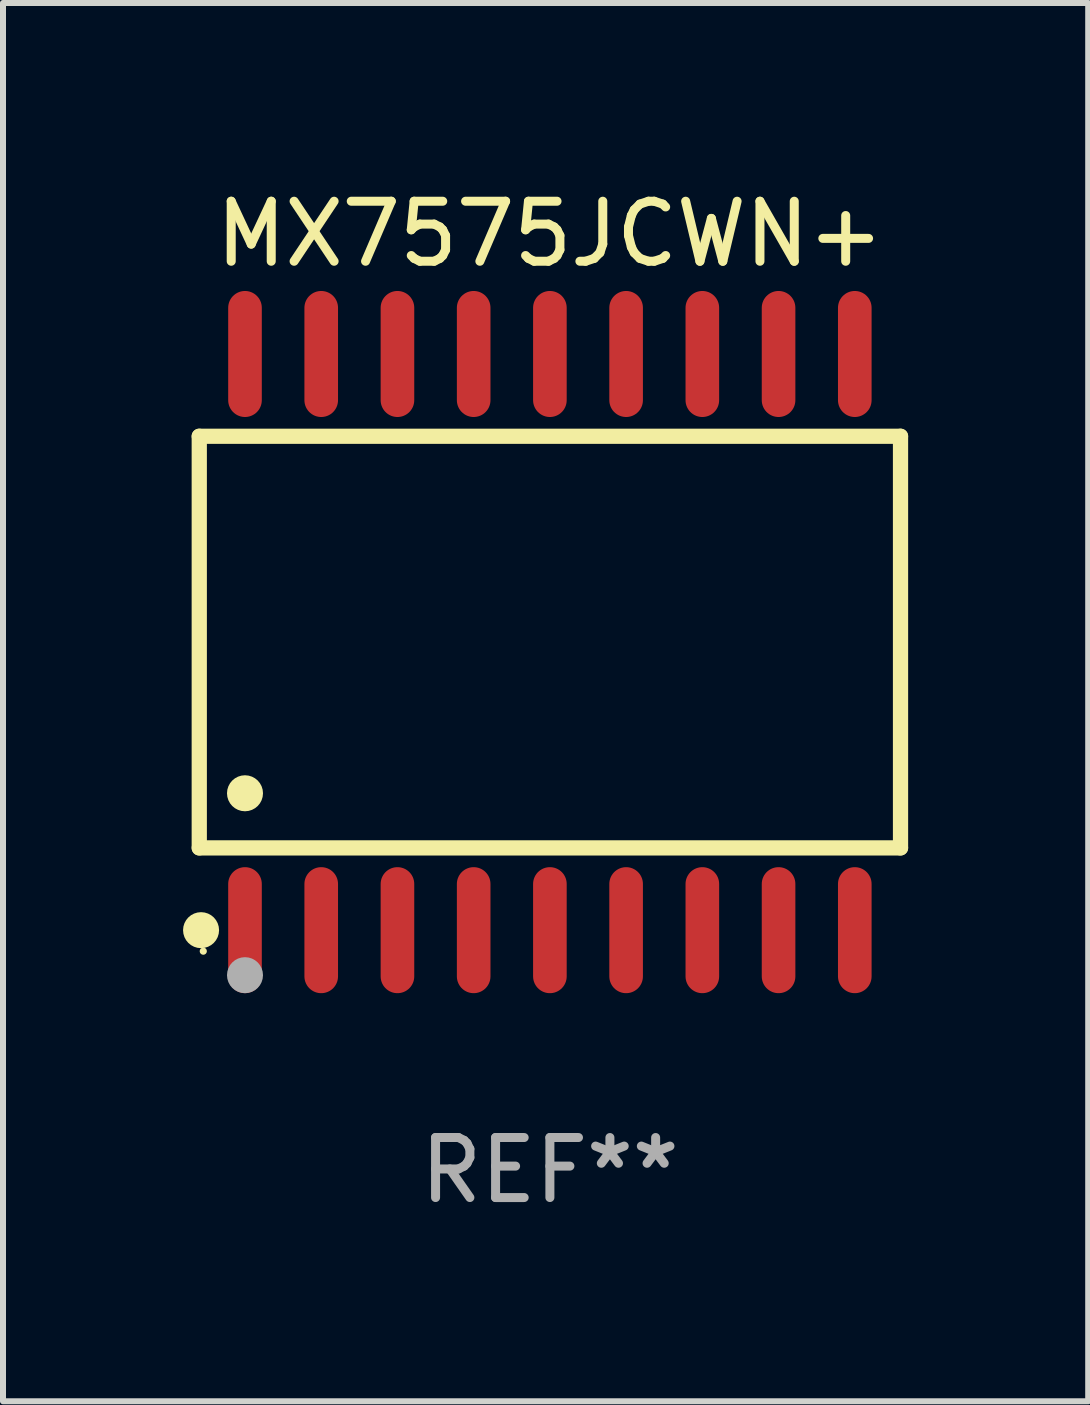
<source format=kicad_pcb>
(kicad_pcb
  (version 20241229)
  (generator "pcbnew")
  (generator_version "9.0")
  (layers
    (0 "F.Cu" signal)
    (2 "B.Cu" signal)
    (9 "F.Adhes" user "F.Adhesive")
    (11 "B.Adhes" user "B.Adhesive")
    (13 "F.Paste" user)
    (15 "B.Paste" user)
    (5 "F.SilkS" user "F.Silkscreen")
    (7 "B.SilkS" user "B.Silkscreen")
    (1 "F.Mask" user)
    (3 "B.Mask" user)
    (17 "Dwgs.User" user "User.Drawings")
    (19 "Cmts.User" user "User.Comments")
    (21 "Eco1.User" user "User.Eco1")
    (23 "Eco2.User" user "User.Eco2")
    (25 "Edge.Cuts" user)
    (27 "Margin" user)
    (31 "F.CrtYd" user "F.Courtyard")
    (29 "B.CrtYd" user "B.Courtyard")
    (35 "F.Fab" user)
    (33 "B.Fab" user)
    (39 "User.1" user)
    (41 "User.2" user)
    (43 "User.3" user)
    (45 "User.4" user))
  (footprint "MX7575JCWN+"
    (layer "F.Cu")
    (at 6.112 7.648)
    (property "Reference" "MX7575JCWN+" (at 0 -6.8 0) (layer "F.SilkS") (effects (font (size 1 1) (thickness 0.15))))
    (attr through_hole)
    (fp_line (start -5.842 -3.429) (end -5.842 3.429) (stroke (width 0.254) (type solid)) (layer "F.SilkS"))
    (fp_line (start -5.842 3.429) (end 5.842 3.429) (stroke (width 0.254) (type solid)) (layer "F.SilkS"))
    (fp_line (start 5.842 -3.429) (end -5.842 -3.429) (stroke (width 0.254) (type solid)) (layer "F.SilkS"))
    (fp_line (start 5.842 3.429) (end 5.842 -3.429) (stroke (width 0.254) (type solid)) (layer "F.SilkS"))
    (fp_circle (center -5.812 4.8) (end -5.662 4.8) (stroke (width 0.3) (type solid)) (fill no) (layer "F.SilkS"))
    (fp_circle (center -5.775 5.15) (end -5.745 5.15) (stroke (width 0.06) (type solid)) (fill no) (layer "F.SilkS"))
    (fp_circle (center -5.08 2.519) (end -4.93 2.519) (stroke (width 0.3) (type solid)) (fill no) (layer "F.SilkS"))
    (fp_circle (center -5.08 5.55) (end -4.93 5.55) (stroke (width 0.3) (type solid)) (fill no) (layer "F.Fab"))
    (fp_text user "REF**" (at 0 8.8 0) (layer "F.Fab") (effects (font (size 1 1) (thickness 0.15))))
    (pad "1" smd oval (at -5.08 4.8) (size 0.56 2.1) (layers "F.Cu" "F.Mask" "F.Paste"))
    (pad "2" smd oval (at -3.81 4.8) (size 0.56 2.1) (layers "F.Cu" "F.Mask" "F.Paste"))
    (pad "3" smd oval (at -2.54 4.8) (size 0.56 2.1) (layers "F.Cu" "F.Mask" "F.Paste"))
    (pad "4" smd oval (at -1.27 4.8) (size 0.56 2.1) (layers "F.Cu" "F.Mask" "F.Paste"))
    (pad "5" smd oval (at 0 4.8) (size 0.56 2.1) (layers "F.Cu" "F.Mask" "F.Paste"))
    (pad "6" smd oval (at 1.27 4.8) (size 0.56 2.1) (layers "F.Cu" "F.Mask" "F.Paste"))
    (pad "7" smd oval (at 2.54 4.8) (size 0.56 2.1) (layers "F.Cu" "F.Mask" "F.Paste"))
    (pad "8" smd oval (at 3.81 4.8) (size 0.56 2.1) (layers "F.Cu" "F.Mask" "F.Paste"))
    (pad "9" smd oval (at 5.08 4.8) (size 0.56 2.1) (layers "F.Cu" "F.Mask" "F.Paste"))
    (pad "10" smd oval (at 5.08 -4.8) (size 0.56 2.1) (layers "F.Cu" "F.Mask" "F.Paste"))
    (pad "11" smd oval (at 3.81 -4.8) (size 0.56 2.1) (layers "F.Cu" "F.Mask" "F.Paste"))
    (pad "12" smd oval (at 2.54 -4.8) (size 0.56 2.1) (layers "F.Cu" "F.Mask" "F.Paste"))
    (pad "13" smd oval (at 1.27 -4.8) (size 0.56 2.1) (layers "F.Cu" "F.Mask" "F.Paste"))
    (pad "14" smd oval (at 0 -4.8) (size 0.56 2.1) (layers "F.Cu" "F.Mask" "F.Paste"))
    (pad "15" smd oval (at -1.27 -4.8) (size 0.56 2.1) (layers "F.Cu" "F.Mask" "F.Paste"))
    (pad "16" smd oval (at -2.54 -4.8) (size 0.56 2.1) (layers "F.Cu" "F.Mask" "F.Paste"))
    (pad "17" smd oval (at -3.81 -4.8) (size 0.56 2.1) (layers "F.Cu" "F.Mask" "F.Paste"))
    (pad "18" smd oval (at -5.08 -4.8) (size 0.56 2.1) (layers "F.Cu" "F.Mask" "F.Paste")))
  (gr_rect
    (start -3 -3)
    (end 15.081 20.297)
    (stroke (width 0.1) (type default))
    (fill no)
    (layer "Edge.Cuts")))
</source>
